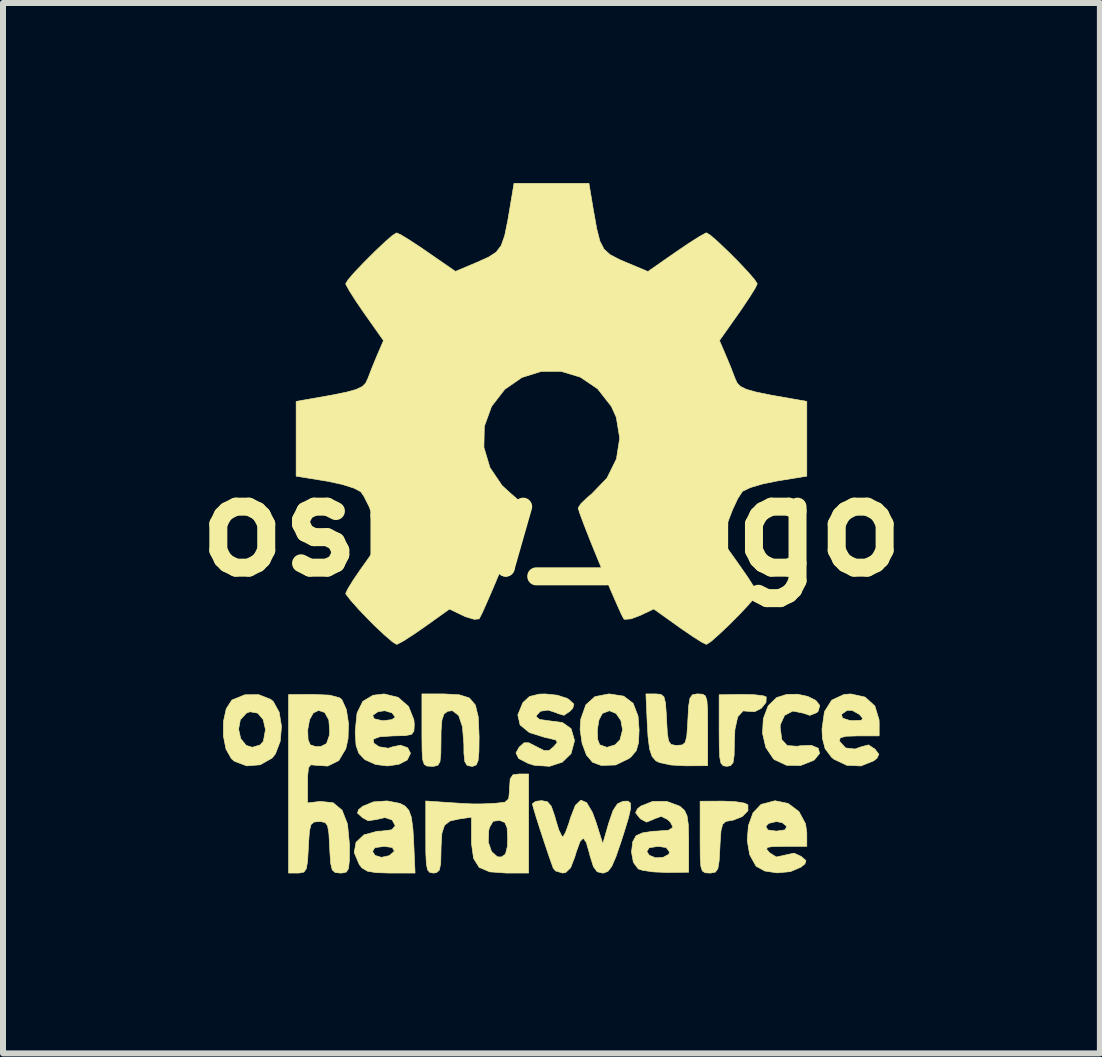
<source format=kicad_pcb>
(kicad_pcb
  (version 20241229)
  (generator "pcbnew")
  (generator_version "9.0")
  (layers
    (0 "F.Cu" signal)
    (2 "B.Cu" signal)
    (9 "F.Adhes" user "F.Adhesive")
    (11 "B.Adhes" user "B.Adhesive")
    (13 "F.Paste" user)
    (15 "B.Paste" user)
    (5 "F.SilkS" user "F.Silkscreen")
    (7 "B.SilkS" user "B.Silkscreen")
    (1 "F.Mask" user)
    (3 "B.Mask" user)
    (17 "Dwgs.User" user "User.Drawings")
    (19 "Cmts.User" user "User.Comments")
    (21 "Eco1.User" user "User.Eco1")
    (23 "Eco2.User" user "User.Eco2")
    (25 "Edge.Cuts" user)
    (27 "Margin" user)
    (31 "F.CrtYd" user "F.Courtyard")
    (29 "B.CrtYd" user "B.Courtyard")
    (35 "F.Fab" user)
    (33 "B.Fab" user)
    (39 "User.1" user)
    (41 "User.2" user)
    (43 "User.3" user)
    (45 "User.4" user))
  (footprint "oshw_logo"
    (layer "F.Cu")
    (at 6.14 5.72)
    (property "Reference" "oshw_logo" (at 0 0 0) (layer "F.SilkS") (effects (font (size 1.524 1.524) (thickness 0.3))))
    (attr through_hole)
    (fp_poly (pts (xy 3.378 2.807) (xy 3.527 2.824) (xy 3.579 2.844) (xy 3.575 2.936) (xy 3.497 3.033) (xy 3.389 3.089) (xy 3.329 3.087) (xy 3.193 3.077) (xy 3.104 3.175) (xy 3.057 3.386) (xy 3.048 3.596) (xy 3.044 3.816) (xy 3.026 3.939) (xy 2.984 3.99) (xy 2.921 4) (xy 2.862 3.991) (xy 2.824 3.948) (xy 2.804 3.847) (xy 2.796 3.664) (xy 2.794 3.404) (xy 2.794 2.808) (xy 3.172 2.802) (xy 3.378 2.807)) (stroke (width 0.01) (type solid)) (fill yes) (layer "F.SilkS"))
    (fp_poly (pts (xy 3.064 4.589) (xy 3.218 4.614) (xy 3.274 4.642) (xy 3.274 4.741) (xy 3.181 4.836) (xy 3.029 4.897) (xy 2.996 4.902) (xy 2.905 4.919) (xy 2.853 4.966) (xy 2.825 5.072) (xy 2.811 5.265) (xy 2.807 5.35) (xy 2.794 5.577) (xy 2.773 5.706) (xy 2.732 5.763) (xy 2.659 5.778) (xy 2.632 5.779) (xy 2.56 5.774) (xy 2.514 5.744) (xy 2.489 5.666) (xy 2.479 5.514) (xy 2.477 5.266) (xy 2.477 5.18) (xy 2.477 4.582) (xy 2.856 4.58) (xy 3.064 4.589)) (stroke (width 0.01) (type solid)) (fill yes) (layer "F.SilkS"))
    (fp_poly (pts (xy 4.273 2.836) (xy 4.405 2.902) (xy 4.471 2.987) (xy 4.445 3.082) (xy 4.419 3.107) (xy 4.305 3.151) (xy 4.195 3.114) (xy 4.024 3.079) (xy 3.885 3.15) (xy 3.814 3.304) (xy 3.811 3.352) (xy 3.838 3.555) (xy 3.928 3.655) (xy 4.096 3.666) (xy 4.144 3.658) (xy 4.332 3.651) (xy 4.446 3.699) (xy 4.468 3.786) (xy 4.382 3.891) (xy 4.37 3.9) (xy 4.152 3.987) (xy 3.916 3.983) (xy 3.714 3.888) (xy 3.698 3.874) (xy 3.572 3.686) (xy 3.517 3.45) (xy 3.53 3.206) (xy 3.61 2.994) (xy 3.751 2.855) (xy 3.919 2.802) (xy 4.102 2.799) (xy 4.273 2.836)) (stroke (width 0.01) (type solid)) (fill yes) (layer "F.SilkS"))
    (fp_poly (pts (xy -4.678 2.885) (xy -4.636 2.921) (xy -4.538 3.097) (xy -4.499 3.334) (xy -4.52 3.582) (xy -4.599 3.791) (xy -4.655 3.862) (xy -4.854 3.975) (xy -5.079 3.993) (xy -5.283 3.916) (xy -5.334 3.873) (xy -5.424 3.714) (xy -5.468 3.492) (xy -5.467 3.381) (xy -5.214 3.381) (xy -5.179 3.538) (xy -5.087 3.652) (xy -4.985 3.683) (xy -4.855 3.644) (xy -4.801 3.583) (xy -4.766 3.388) (xy -4.804 3.222) (xy -4.895 3.114) (xy -5.024 3.091) (xy -5.084 3.114) (xy -5.185 3.225) (xy -5.214 3.381) (xy -5.467 3.381) (xy -5.466 3.253) (xy -5.42 3.041) (xy -5.329 2.9) (xy -5.32 2.893) (xy -5.11 2.808) (xy -4.878 2.806) (xy -4.678 2.885)) (stroke (width 0.01) (type solid)) (fill yes) (layer "F.SilkS"))
    (fp_poly (pts (xy 1.204 2.831) (xy 1.361 2.951) (xy 1.443 3.164) (xy 1.46 3.393) (xy 1.451 3.606) (xy 1.413 3.739) (xy 1.33 3.838) (xy 1.293 3.869) (xy 1.069 3.978) (xy 0.829 3.986) (xy 0.685 3.933) (xy 0.583 3.813) (xy 0.51 3.615) (xy 0.478 3.391) (xy 0.764 3.391) (xy 0.769 3.552) (xy 0.804 3.641) (xy 0.924 3.684) (xy 1.061 3.642) (xy 1.142 3.557) (xy 1.185 3.392) (xy 1.157 3.237) (xy 1.077 3.12) (xy 0.965 3.074) (xy 0.849 3.118) (xy 0.792 3.225) (xy 0.764 3.391) (xy 0.478 3.391) (xy 0.477 3.385) (xy 0.488 3.215) (xy 0.573 2.975) (xy 0.724 2.839) (xy 0.954 2.794) (xy 0.962 2.794) (xy 1.204 2.831)) (stroke (width 0.01) (type solid)) (fill yes) (layer "F.SilkS"))
    (fp_poly (pts (xy -1.535 2.808) (xy -1.367 2.862) (xy -1.268 2.979) (xy -1.22 3.177) (xy -1.207 3.479) (xy -1.206 3.513) (xy -1.209 3.76) (xy -1.223 3.906) (xy -1.253 3.977) (xy -1.307 3.999) (xy -1.333 4) (xy -1.405 3.986) (xy -1.444 3.923) (xy -1.459 3.783) (xy -1.46 3.632) (xy -1.483 3.341) (xy -1.547 3.152) (xy -1.65 3.073) (xy -1.732 3.083) (xy -1.792 3.13) (xy -1.826 3.231) (xy -1.84 3.416) (xy -1.841 3.563) (xy -1.844 3.793) (xy -1.858 3.924) (xy -1.894 3.983) (xy -1.961 4) (xy -2 4) (xy -2.074 3.996) (xy -2.12 3.968) (xy -2.146 3.891) (xy -2.156 3.743) (xy -2.159 3.499) (xy -2.159 3.397) (xy -2.159 2.794) (xy -1.788 2.794) (xy -1.535 2.808)) (stroke (width 0.01) (type solid)) (fill yes) (layer "F.SilkS"))
    (fp_poly (pts (xy 1.823 2.801) (xy 1.874 2.842) (xy 1.9 2.944) (xy 1.914 3.135) (xy 1.918 3.223) (xy 1.931 3.45) (xy 1.952 3.578) (xy 1.993 3.636) (xy 2.066 3.651) (xy 2.095 3.651) (xy 2.18 3.644) (xy 2.229 3.602) (xy 2.255 3.497) (xy 2.269 3.303) (xy 2.273 3.223) (xy 2.286 2.995) (xy 2.307 2.867) (xy 2.348 2.809) (xy 2.421 2.794) (xy 2.448 2.794) (xy 2.52 2.799) (xy 2.566 2.828) (xy 2.591 2.907) (xy 2.601 3.058) (xy 2.603 3.306) (xy 2.603 3.392) (xy 2.603 3.99) (xy 2.23 3.992) (xy 1.988 3.978) (xy 1.801 3.938) (xy 1.739 3.908) (xy 1.676 3.835) (xy 1.635 3.712) (xy 1.609 3.509) (xy 1.597 3.308) (xy 1.574 2.794) (xy 1.737 2.794) (xy 1.823 2.801)) (stroke (width 0.01) (type solid)) (fill yes) (layer "F.SilkS"))
    (fp_poly (pts (xy 3.944 4.619) (xy 4.124 4.754) (xy 4.234 4.959) (xy 4.255 5.109) (xy 4.255 5.334) (xy 3.892 5.334) (xy 3.691 5.337) (xy 3.596 5.351) (xy 3.587 5.385) (xy 3.635 5.441) (xy 3.747 5.511) (xy 3.881 5.483) (xy 3.89 5.48) (xy 4.042 5.447) (xy 4.158 5.5) (xy 4.241 5.571) (xy 4.223 5.627) (xy 4.156 5.681) (xy 3.982 5.755) (xy 3.763 5.776) (xy 3.554 5.745) (xy 3.408 5.664) (xy 3.408 5.663) (xy 3.303 5.473) (xy 3.262 5.234) (xy 3.281 5.001) (xy 3.572 5.001) (xy 3.605 5.061) (xy 3.747 5.08) (xy 3.892 5.059) (xy 3.921 5.001) (xy 3.845 4.939) (xy 3.747 4.921) (xy 3.621 4.951) (xy 3.572 5.001) (xy 3.281 5.001) (xy 3.282 4.988) (xy 3.359 4.775) (xy 3.49 4.637) (xy 3.493 4.635) (xy 3.724 4.574) (xy 3.944 4.619)) (stroke (width 0.01) (type solid)) (fill yes) (layer "F.SilkS"))
    (fp_poly (pts (xy 5.227 2.847) (xy 5.389 2.995) (xy 5.459 3.224) (xy 5.461 3.27) (xy 5.461 3.493) (xy 5.114 3.493) (xy 4.912 3.499) (xy 4.814 3.524) (xy 4.798 3.573) (xy 4.801 3.583) (xy 4.902 3.694) (xy 5.058 3.712) (xy 5.156 3.677) (xy 5.282 3.643) (xy 5.389 3.712) (xy 5.456 3.799) (xy 5.425 3.865) (xy 5.369 3.909) (xy 5.158 3.994) (xy 4.92 3.983) (xy 4.706 3.881) (xy 4.664 3.845) (xy 4.56 3.706) (xy 4.515 3.534) (xy 4.508 3.38) (xy 4.543 3.134) (xy 4.832 3.134) (xy 4.851 3.197) (xy 4.967 3.235) (xy 5.03 3.239) (xy 5.163 3.233) (xy 5.188 3.202) (xy 5.13 3.135) (xy 5.009 3.067) (xy 4.926 3.069) (xy 4.832 3.134) (xy 4.543 3.134) (xy 4.549 3.09) (xy 4.67 2.898) (xy 4.871 2.804) (xy 4.987 2.794) (xy 5.227 2.847)) (stroke (width 0.01) (type solid)) (fill yes) (layer "F.SilkS"))
    (fp_poly (pts (xy -2.525 4.618) (xy -2.442 4.662) (xy -2.377 4.733) (xy -2.335 4.849) (xy -2.309 5.041) (xy -2.296 5.265) (xy -2.273 5.779) (xy -2.688 5.779) (xy -2.923 5.772) (xy -3.066 5.748) (xy -3.156 5.695) (xy -3.203 5.637) (xy -3.287 5.438) (xy -3.284 5.419) (xy -2.983 5.419) (xy -2.939 5.485) (xy -2.835 5.517) (xy -2.704 5.489) (xy -2.621 5.418) (xy -2.619 5.413) (xy -2.652 5.353) (xy -2.789 5.334) (xy -2.943 5.356) (xy -2.983 5.419) (xy -3.284 5.419) (xy -3.257 5.266) (xy -3.125 5.142) (xy -2.902 5.082) (xy -2.837 5.08) (xy -2.662 5.058) (xy -2.604 4.993) (xy -2.603 4.992) (xy -2.655 4.894) (xy -2.778 4.854) (xy -2.917 4.887) (xy -3.056 4.907) (xy -3.15 4.855) (xy -3.233 4.78) (xy -3.215 4.723) (xy -3.147 4.667) (xy -2.968 4.593) (xy -2.739 4.577) (xy -2.525 4.618)) (stroke (width 0.01) (type solid)) (fill yes) (layer "F.SilkS"))
    (fp_poly (pts (xy -2.555 2.851) (xy -2.381 3.004) (xy -2.292 3.227) (xy -2.286 3.311) (xy -2.293 3.415) (xy -2.333 3.469) (xy -2.439 3.489) (xy -2.635 3.493) (xy -2.861 3.507) (xy -2.97 3.548) (xy -2.961 3.613) (xy -2.875 3.674) (xy -2.717 3.699) (xy -2.657 3.678) (xy -2.516 3.648) (xy -2.396 3.691) (xy -2.349 3.783) (xy -2.404 3.895) (xy -2.544 3.967) (xy -2.732 3.994) (xy -2.93 3.97) (xy -3.104 3.892) (xy -3.12 3.879) (xy -3.211 3.782) (xy -3.256 3.655) (xy -3.27 3.452) (xy -3.27 3.41) (xy -3.244 3.15) (xy -2.979 3.15) (xy -2.956 3.207) (xy -2.832 3.237) (xy -2.794 3.239) (xy -2.66 3.222) (xy -2.604 3.182) (xy -2.603 3.182) (xy -2.657 3.11) (xy -2.776 3.074) (xy -2.889 3.089) (xy -2.979 3.15) (xy -3.244 3.15) (xy -3.24 3.113) (xy -3.144 2.918) (xy -2.974 2.816) (xy -2.789 2.794) (xy -2.555 2.851)) (stroke (width 0.01) (type solid)) (fill yes) (layer "F.SilkS"))
    (fp_poly (pts (xy 0.097 2.815) (xy 0.26 2.868) (xy 0.289 2.885) (xy 0.373 2.963) (xy 0.355 3.032) (xy 0.31 3.081) (xy 0.208 3.15) (xy 0.098 3.118) (xy 0.08 3.107) (xy -0.058 3.063) (xy -0.186 3.083) (xy -0.252 3.156) (xy -0.254 3.173) (xy -0.199 3.219) (xy -0.065 3.238) (xy -0.059 3.239) (xy 0.184 3.271) (xy 0.327 3.373) (xy 0.38 3.554) (xy 0.381 3.586) (xy 0.326 3.789) (xy 0.18 3.931) (xy -0.032 4) (xy -0.284 3.984) (xy -0.381 3.955) (xy -0.547 3.87) (xy -0.592 3.777) (xy -0.537 3.68) (xy -0.457 3.608) (xy -0.377 3.608) (xy -0.251 3.673) (xy -0.12 3.739) (xy -0.039 3.736) (xy 0.039 3.672) (xy 0.096 3.602) (xy 0.073 3.562) (xy -0.052 3.53) (xy -0.102 3.521) (xy -0.368 3.438) (xy -0.523 3.311) (xy -0.561 3.144) (xy -0.48 2.946) (xy -0.473 2.935) (xy -0.366 2.837) (xy -0.204 2.797) (xy -0.104 2.794) (xy 0.097 2.815)) (stroke (width 0.01) (type solid)) (fill yes) (layer "F.SilkS"))
    (fp_poly (pts (xy 1.922 4.585) (xy 2.133 4.663) (xy 2.145 4.671) (xy 2.217 4.735) (xy 2.259 4.824) (xy 2.28 4.969) (xy 2.286 5.202) (xy 2.286 5.267) (xy 2.286 5.765) (xy 1.921 5.769) (xy 1.7 5.76) (xy 1.519 5.734) (xy 1.445 5.709) (xy 1.365 5.601) (xy 1.334 5.431) (xy 1.335 5.42) (xy 1.589 5.42) (xy 1.63 5.482) (xy 1.733 5.525) (xy 1.86 5.517) (xy 1.953 5.468) (xy 1.968 5.429) (xy 1.912 5.354) (xy 1.778 5.334) (xy 1.628 5.357) (xy 1.589 5.42) (xy 1.335 5.42) (xy 1.354 5.258) (xy 1.41 5.156) (xy 1.517 5.109) (xy 1.694 5.082) (xy 1.759 5.08) (xy 1.952 5.065) (xy 2.025 5.016) (xy 1.981 4.93) (xy 1.932 4.885) (xy 1.829 4.834) (xy 1.713 4.876) (xy 1.701 4.883) (xy 1.585 4.93) (xy 1.49 4.88) (xy 1.468 4.859) (xy 1.402 4.773) (xy 1.434 4.707) (xy 1.489 4.663) (xy 1.686 4.585) (xy 1.922 4.585)) (stroke (width 0.01) (type solid)) (fill yes) (layer "F.SilkS"))
    (fp_poly (pts (xy 0.586 4.605) (xy 0.683 4.77) (xy 0.742 4.931) (xy 0.855 5.29) (xy 0.954 4.947) (xy 1.026 4.737) (xy 1.1 4.625) (xy 1.193 4.583) (xy 1.274 4.58) (xy 1.316 4.612) (xy 1.32 4.698) (xy 1.284 4.858) (xy 1.207 5.11) (xy 1.162 5.251) (xy 1.073 5.51) (xy 1.004 5.669) (xy 0.941 5.75) (xy 0.871 5.778) (xy 0.85 5.779) (xy 0.761 5.757) (xy 0.699 5.672) (xy 0.643 5.495) (xy 0.634 5.456) (xy 0.58 5.267) (xy 0.53 5.198) (xy 0.478 5.25) (xy 0.414 5.425) (xy 0.389 5.509) (xy 0.32 5.69) (xy 0.238 5.77) (xy 0.186 5.779) (xy 0.069 5.744) (xy 0.03 5.699) (xy -0.037 5.511) (xy -0.114 5.281) (xy -0.192 5.045) (xy -0.259 4.834) (xy -0.304 4.682) (xy -0.318 4.624) (xy -0.263 4.584) (xy -0.165 4.572) (xy -0.068 4.59) (xy -0.003 4.666) (xy 0.054 4.829) (xy 0.069 4.886) (xy 0.122 5.059) (xy 0.171 5.16) (xy 0.193 5.174) (xy 0.235 5.101) (xy 0.29 4.949) (xy 0.317 4.859) (xy 0.399 4.649) (xy 0.49 4.564) (xy 0.586 4.605)) (stroke (width 0.01) (type solid)) (fill yes) (layer "F.SilkS"))
    (fp_poly (pts (xy -0.381 5.779) (xy -0.752 5.779) (xy -1.029 5.759) (xy -1.204 5.685) (xy -1.298 5.536) (xy -1.332 5.292) (xy -1.332 5.263) (xy -1.053 5.263) (xy -0.999 5.42) (xy -0.903 5.507) (xy -0.837 5.512) (xy -0.767 5.464) (xy -0.735 5.337) (xy -0.73 5.206) (xy -0.739 5.026) (xy -0.777 4.937) (xy -0.859 4.903) (xy -0.867 4.902) (xy -0.973 4.916) (xy -1.033 5.019) (xy -1.046 5.073) (xy -1.053 5.263) (xy -1.332 5.263) (xy -1.333 5.197) (xy -1.333 4.848) (xy -1.54 4.878) (xy -1.692 4.912) (xy -1.782 4.982) (xy -1.826 5.115) (xy -1.84 5.339) (xy -1.841 5.413) (xy -1.846 5.621) (xy -1.869 5.731) (xy -1.918 5.773) (xy -1.968 5.779) (xy -2.028 5.769) (xy -2.065 5.726) (xy -2.085 5.625) (xy -2.094 5.443) (xy -2.095 5.178) (xy -2.095 4.578) (xy -1.699 4.605) (xy -1.464 4.62) (xy -1.305 4.627) (xy -1.17 4.627) (xy -1.007 4.62) (xy -0.921 4.615) (xy -0.775 4.598) (xy -0.713 4.542) (xy -0.699 4.406) (xy -0.699 4.366) (xy -0.688 4.209) (xy -0.642 4.141) (xy -0.54 4.128) (xy -0.381 4.128) (xy -0.381 5.779)) (stroke (width 0.01) (type solid)) (fill yes) (layer "F.SilkS"))
    (fp_poly (pts (xy -3.696 2.814) (xy -3.532 2.858) (xy -3.493 2.889) (xy -3.418 3.054) (xy -3.382 3.288) (xy -3.39 3.54) (xy -3.427 3.707) (xy -3.545 3.905) (xy -3.729 3.996) (xy -3.938 3.982) (xy -4.012 3.975) (xy -4.049 4.024) (xy -4.063 4.156) (xy -4.064 4.279) (xy -4.064 4.61) (xy -3.851 4.585) (xy -3.639 4.607) (xy -3.489 4.732) (xy -3.399 4.963) (xy -3.366 5.305) (xy -3.365 5.343) (xy -3.368 5.572) (xy -3.382 5.703) (xy -3.418 5.762) (xy -3.486 5.778) (xy -3.521 5.779) (xy -3.604 5.77) (xy -3.653 5.727) (xy -3.679 5.621) (xy -3.693 5.424) (xy -3.696 5.35) (xy -3.709 5.123) (xy -3.73 4.994) (xy -3.771 4.937) (xy -3.844 4.922) (xy -3.873 4.921) (xy -3.958 4.929) (xy -4.007 4.971) (xy -4.033 5.075) (xy -4.047 5.27) (xy -4.051 5.35) (xy -4.064 5.577) (xy -4.085 5.706) (xy -4.126 5.763) (xy -4.199 5.778) (xy -4.226 5.779) (xy -4.381 5.779) (xy -4.381 3.392) (xy -4.062 3.392) (xy -4.056 3.555) (xy -4.019 3.643) (xy -3.926 3.672) (xy -3.844 3.67) (xy -3.749 3.622) (xy -3.703 3.492) (xy -3.696 3.424) (xy -3.71 3.228) (xy -3.779 3.103) (xy -3.883 3.069) (xy -3.969 3.111) (xy -4.031 3.223) (xy -4.062 3.392) (xy -4.381 3.392) (xy -4.381 2.805) (xy -3.975 2.802) (xy -3.696 2.814)) (stroke (width 0.01) (type solid)) (fill yes) (layer "F.SilkS"))
    (fp_poly (pts (xy 0.701 -5.255) (xy 0.755 -4.954) (xy 0.807 -4.751) (xy 0.876 -4.618) (xy 0.979 -4.525) (xy 1.133 -4.445) (xy 1.236 -4.401) (xy 1.607 -4.245) (xy 2.069 -4.567) (xy 2.281 -4.711) (xy 2.455 -4.822) (xy 2.564 -4.883) (xy 2.585 -4.89) (xy 2.652 -4.847) (xy 2.78 -4.735) (xy 2.942 -4.581) (xy 3.114 -4.409) (xy 3.269 -4.244) (xy 3.382 -4.114) (xy 3.429 -4.042) (xy 3.429 -4.04) (xy 3.395 -3.968) (xy 3.303 -3.82) (xy 3.171 -3.623) (xy 3.114 -3.541) (xy 2.799 -3.095) (xy 2.898 -2.865) (xy 2.982 -2.664) (xy 3.053 -2.48) (xy 3.059 -2.464) (xy 3.094 -2.388) (xy 3.15 -2.33) (xy 3.248 -2.282) (xy 3.408 -2.237) (xy 3.651 -2.187) (xy 3.998 -2.126) (xy 4.016 -2.123) (xy 4.255 -2.081) (xy 4.255 -0.835) (xy 3.768 -0.756) (xy 3.521 -0.706) (xy 3.315 -0.645) (xy 3.19 -0.585) (xy 3.18 -0.577) (xy 3.105 -0.462) (xy 3.017 -0.274) (xy 2.958 -0.12) (xy 2.838 0.235) (xy 3.133 0.65) (xy 3.272 0.85) (xy 3.376 1.013) (xy 3.427 1.11) (xy 3.429 1.121) (xy 3.386 1.19) (xy 3.275 1.318) (xy 3.121 1.481) (xy 2.949 1.653) (xy 2.785 1.808) (xy 2.655 1.922) (xy 2.583 1.968) (xy 2.581 1.968) (xy 2.509 1.934) (xy 2.363 1.842) (xy 2.171 1.711) (xy 2.118 1.673) (xy 1.704 1.378) (xy 1.478 1.486) (xy 1.324 1.543) (xy 1.22 1.551) (xy 1.206 1.543) (xy 1.165 1.467) (xy 1.089 1.298) (xy 0.987 1.064) (xy 0.871 0.788) (xy 0.751 0.498) (xy 0.638 0.219) (xy 0.543 -0.024) (xy 0.475 -0.206) (xy 0.445 -0.3) (xy 0.444 -0.305) (xy 0.491 -0.377) (xy 0.608 -0.488) (xy 0.667 -0.536) (xy 0.925 -0.803) (xy 1.083 -1.123) (xy 1.137 -1.47) (xy 1.08 -1.816) (xy 0.998 -1.998) (xy 0.768 -2.291) (xy 0.481 -2.485) (xy 0.159 -2.582) (xy -0.173 -2.58) (xy -0.494 -2.479) (xy -0.779 -2.281) (xy -0.998 -1.998) (xy -1.119 -1.664) (xy -1.126 -1.315) (xy -1.025 -0.977) (xy -0.822 -0.677) (xy -0.667 -0.536) (xy -0.532 -0.42) (xy -0.453 -0.327) (xy -0.445 -0.305) (xy -0.468 -0.225) (xy -0.531 -0.054) (xy -0.624 0.182) (xy -0.735 0.458) (xy -0.854 0.748) (xy -0.971 1.027) (xy -1.076 1.269) (xy -1.156 1.448) (xy -1.203 1.539) (xy -1.206 1.543) (xy -1.287 1.551) (xy -1.43 1.508) (xy -1.476 1.487) (xy -1.7 1.38) (xy -2.112 1.674) (xy -2.312 1.812) (xy -2.475 1.916) (xy -2.571 1.966) (xy -2.582 1.968) (xy -2.649 1.926) (xy -2.781 1.813) (xy -2.954 1.65) (xy -3.034 1.57) (xy -3.211 1.386) (xy -3.346 1.234) (xy -3.421 1.137) (xy -3.429 1.118) (xy -3.394 1.044) (xy -3.303 0.896) (xy -3.171 0.703) (xy -3.133 0.65) (xy -2.838 0.235) (xy -2.958 -0.12) (xy -3.041 -0.332) (xy -3.128 -0.504) (xy -3.18 -0.577) (xy -3.29 -0.635) (xy -3.486 -0.697) (xy -3.729 -0.75) (xy -3.768 -0.756) (xy -4.255 -0.835) (xy -4.255 -2.081) (xy -4.016 -2.123) (xy -3.664 -2.185) (xy -3.417 -2.235) (xy -3.254 -2.28) (xy -3.154 -2.328) (xy -3.096 -2.385) (xy -3.061 -2.46) (xy -3.059 -2.464) (xy -2.991 -2.641) (xy -2.907 -2.845) (xy -2.898 -2.865) (xy -2.799 -3.095) (xy -3.114 -3.541) (xy -3.257 -3.75) (xy -3.366 -3.921) (xy -3.424 -4.026) (xy -3.429 -4.044) (xy -3.386 -4.112) (xy -3.275 -4.24) (xy -3.12 -4.402) (xy -2.948 -4.574) (xy -2.784 -4.729) (xy -2.654 -4.843) (xy -2.582 -4.889) (xy -2.58 -4.889) (xy -2.508 -4.856) (xy -2.359 -4.765) (xy -2.16 -4.634) (xy -2.065 -4.568) (xy -1.6 -4.247) (xy -1.233 -4.402) (xy -1.047 -4.486) (xy -0.921 -4.568) (xy -0.838 -4.678) (xy -0.78 -4.842) (xy -0.729 -5.09) (xy -0.701 -5.255) (xy -0.624 -5.715) (xy 0.624 -5.715) (xy 0.701 -5.255)) (stroke (width 0.01) (type solid)) (fill yes) (layer "F.SilkS")))
  (gr_rect
    (start -3 -3)
    (end 15.279 14.504)
    (stroke (width 0.1) (type default))
    (fill no)
    (layer "Edge.Cuts")))
</source>
